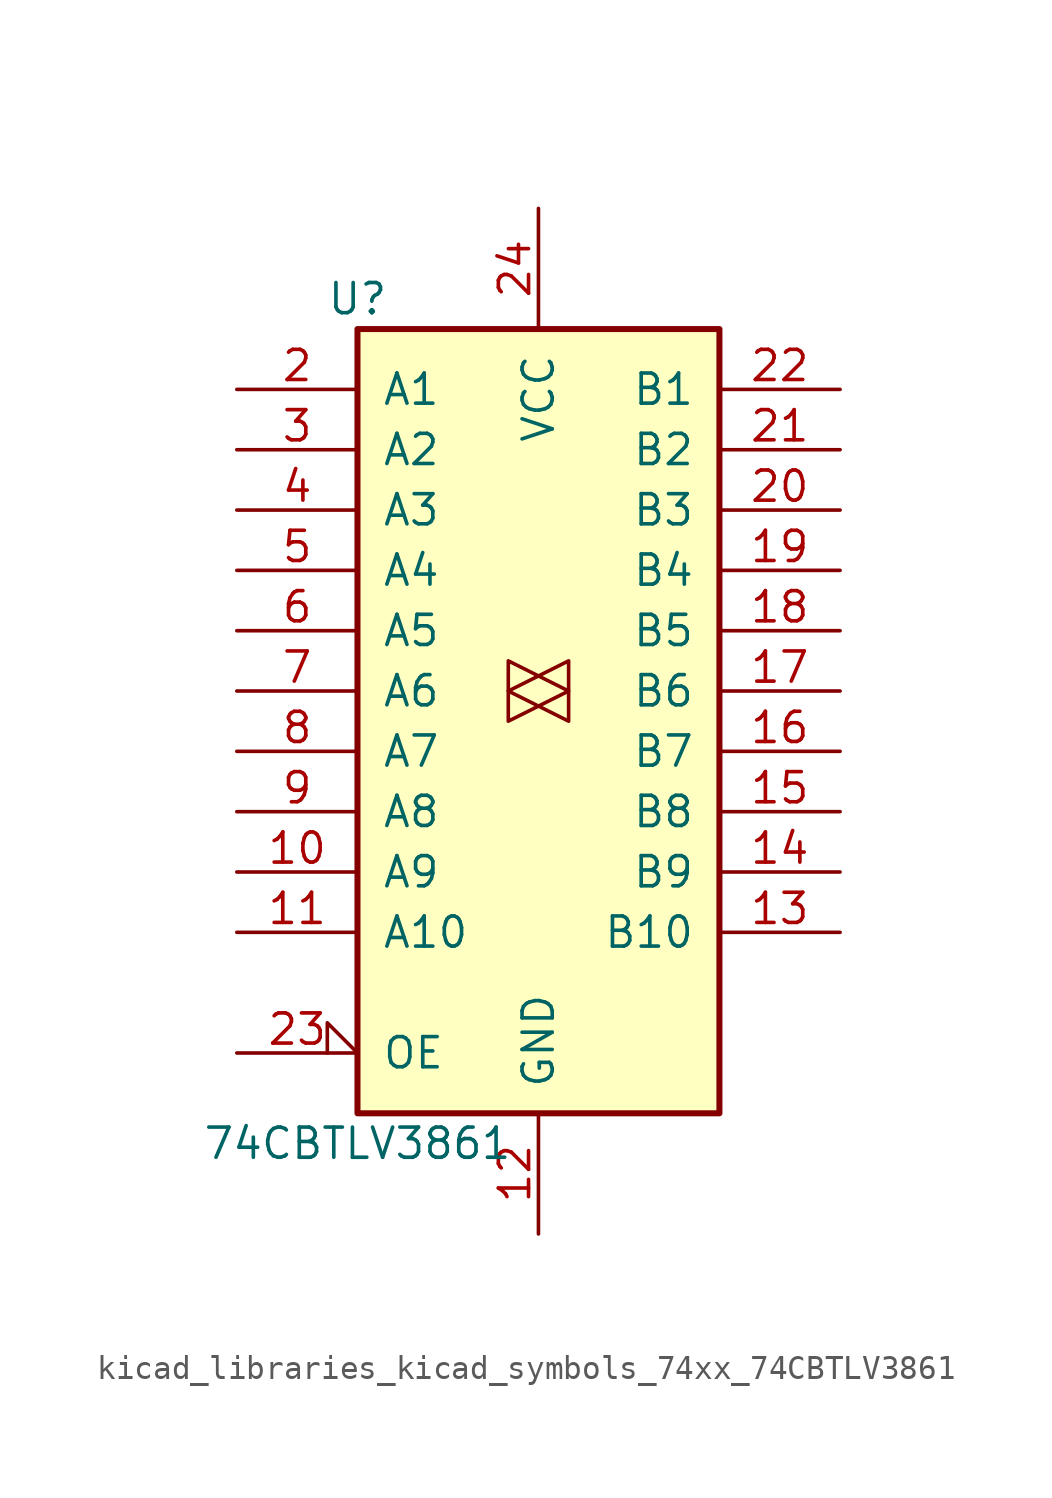
<source format=kicad_sym>
(kicad_symbol_lib
  (version 20220914)
  (generator kicad_symbol_editor)
  (symbol "kicad_libraries_kicad_symbols_74xx_74CBTLV3861"
    (pin_names
      (offset 1.016))
    (property "Reference" "U"
      (at -7.62 16.51 0)
      (effects (font (size 1.27 1.27))))
    (property "Value" "74CBTLV3861"
      (at -7.62 -19.05 0)
      (effects (font (size 1.27 1.27))))
    (property "ki_locked" ""
      (at 0 0 0)
      (effects (font (size 1.27 1.27))))
    (symbol "kicad_libraries_kicad_symbols_74xx_74CBTLV3861_1_0"
      (polyline (pts (xy 1.27 0) (xy -1.27 1.27) (xy -1.27 -1.27) (xy 1.27 0)) (stroke (width 0.152) (type default)) (fill (type none)))
      (polyline (pts (xy 1.27 1.27) (xy -1.27 0) (xy 1.27 -1.27) (xy 1.27 1.27)) (stroke (width 0) (type default)) (fill (type none)))
      (pin bidirectional line (at -12.7 -7.62 0) (length 5.08) (name "A9" (effects (font (size 1.27 1.27)))) (number "10" (effects (font (size 1.27 1.27)))))
      (pin bidirectional line (at -12.7 -10.16 0) (length 5.08) (name "A10" (effects (font (size 1.27 1.27)))) (number "11" (effects (font (size 1.27 1.27)))))
      (pin power_in line (at 0 -22.86 90) (length 5.08) (name "GND" (effects (font (size 1.27 1.27)))) (number "12" (effects (font (size 1.27 1.27)))))
      (pin bidirectional line (at 12.7 -10.16 180) (length 5.08) (name "B10" (effects (font (size 1.27 1.27)))) (number "13" (effects (font (size 1.27 1.27)))))
      (pin bidirectional line (at 12.7 -7.62 180) (length 5.08) (name "B9" (effects (font (size 1.27 1.27)))) (number "14" (effects (font (size 1.27 1.27)))))
      (pin bidirectional line (at 12.7 -5.08 180) (length 5.08) (name "B8" (effects (font (size 1.27 1.27)))) (number "15" (effects (font (size 1.27 1.27)))))
      (pin bidirectional line (at 12.7 -2.54 180) (length 5.08) (name "B7" (effects (font (size 1.27 1.27)))) (number "16" (effects (font (size 1.27 1.27)))))
      (pin bidirectional line (at 12.7 0 180) (length 5.08) (name "B6" (effects (font (size 1.27 1.27)))) (number "17" (effects (font (size 1.27 1.27)))))
      (pin bidirectional line (at 12.7 2.54 180) (length 5.08) (name "B5" (effects (font (size 1.27 1.27)))) (number "18" (effects (font (size 1.27 1.27)))))
      (pin bidirectional line (at 12.7 5.08 180) (length 5.08) (name "B4" (effects (font (size 1.27 1.27)))) (number "19" (effects (font (size 1.27 1.27)))))
      (pin bidirectional line (at -12.7 12.7 0) (length 5.08) (name "A1" (effects (font (size 1.27 1.27)))) (number "2" (effects (font (size 1.27 1.27)))))
      (pin bidirectional line (at 12.7 7.62 180) (length 5.08) (name "B3" (effects (font (size 1.27 1.27)))) (number "20" (effects (font (size 1.27 1.27)))))
      (pin bidirectional line (at 12.7 10.16 180) (length 5.08) (name "B2" (effects (font (size 1.27 1.27)))) (number "21" (effects (font (size 1.27 1.27)))))
      (pin bidirectional line (at 12.7 12.7 180) (length 5.08) (name "B1" (effects (font (size 1.27 1.27)))) (number "22" (effects (font (size 1.27 1.27)))))
      (pin input input_low (at -12.7 -15.24 0) (length 5.08) (name "OE" (effects (font (size 1.27 1.27)))) (number "23" (effects (font (size 1.27 1.27)))))
      (pin power_in line (at 0 20.32 270) (length 5.08) (name "VCC" (effects (font (size 1.27 1.27)))) (number "24" (effects (font (size 1.27 1.27)))))
      (pin bidirectional line (at -12.7 10.16 0) (length 5.08) (name "A2" (effects (font (size 1.27 1.27)))) (number "3" (effects (font (size 1.27 1.27)))))
      (pin bidirectional line (at -12.7 7.62 0) (length 5.08) (name "A3" (effects (font (size 1.27 1.27)))) (number "4" (effects (font (size 1.27 1.27)))))
      (pin bidirectional line (at -12.7 5.08 0) (length 5.08) (name "A4" (effects (font (size 1.27 1.27)))) (number "5" (effects (font (size 1.27 1.27)))))
      (pin bidirectional line (at -12.7 2.54 0) (length 5.08) (name "A5" (effects (font (size 1.27 1.27)))) (number "6" (effects (font (size 1.27 1.27)))))
      (pin bidirectional line (at -12.7 0 0) (length 5.08) (name "A6" (effects (font (size 1.27 1.27)))) (number "7" (effects (font (size 1.27 1.27)))))
      (pin bidirectional line (at -12.7 -2.54 0) (length 5.08) (name "A7" (effects (font (size 1.27 1.27)))) (number "8" (effects (font (size 1.27 1.27)))))
      (pin bidirectional line (at -12.7 -5.08 0) (length 5.08) (name "A8" (effects (font (size 1.27 1.27)))) (number "9" (effects (font (size 1.27 1.27))))))
    (symbol "kicad_libraries_kicad_symbols_74xx_74CBTLV3861_1_1"
      (rectangle (start -7.62 15.24) (end 7.62 -17.78) (stroke (width 0.254) (type default)) (fill (type background))))))
</source>
